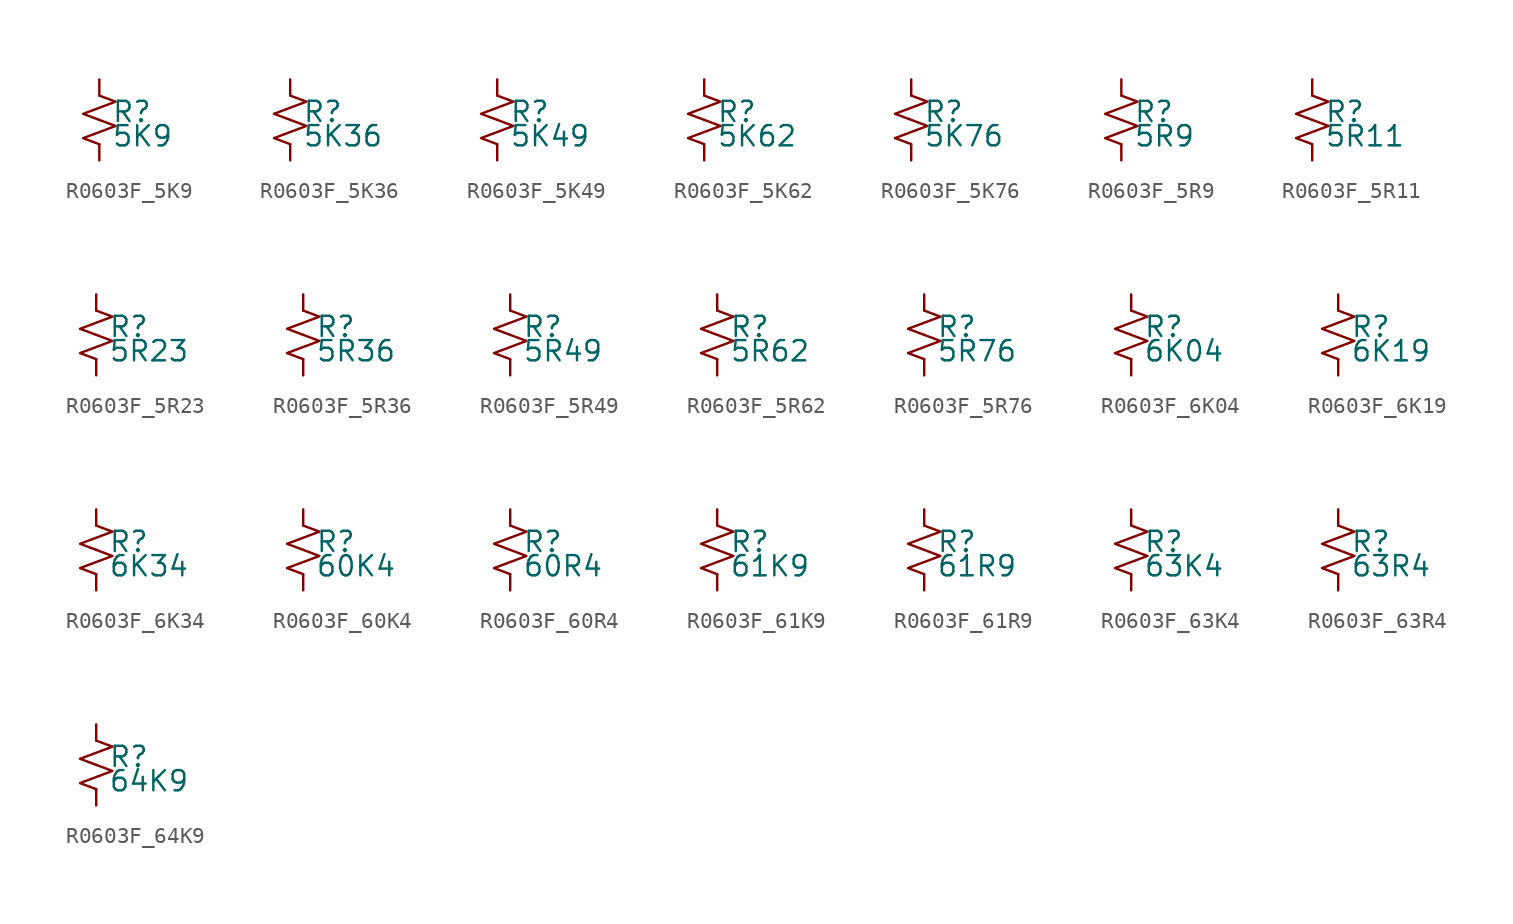
<source format=kicad_sym>
(kicad_symbol_lib
  (version 20220914)
  (generator kicad_symbol_editor)
  (symbol "R0603F_5K9"
    (pin_numbers hide)
    (pin_names
      (offset 0.254) hide)
    (property "Reference" "R"
      (at 0.762 0.508 0)
      (effects (font (size 1.27 1.27)) (justify left)))
    (property "Value" "5K9"
      (at 0.762 -1.016 0)
      (effects (font (size 1.27 1.27)) (justify left)))
    (symbol "R0603F_5K9_1_1"
      (polyline (pts (xy 0 0) (xy 1.016 -0.381) (xy 0 -0.762) (xy -1.016 -1.143) (xy 0 -1.524)) (stroke (width 0) (type default)) (fill (type none)))
      (polyline (pts (xy 0 1.524) (xy 1.016 1.143) (xy 0 0.762) (xy -1.016 0.381) (xy 0 0)) (stroke (width 0) (type default)) (fill (type none)))
      (pin passive line (at 0 2.54 270) (length 1.016) (name "~" (effects (font (size 1.27 1.27)))) (number "1" (effects (font (size 1.27 1.27)))))
      (pin passive line (at 0 -2.54 90) (length 1.016) (name "~" (effects (font (size 1.27 1.27)))) (number "2" (effects (font (size 1.27 1.27)))))))
  (symbol "R0603F_5K36"
    (pin_numbers hide)
    (pin_names
      (offset 0.254) hide)
    (property "Reference" "R"
      (at 0.762 0.508 0)
      (effects (font (size 1.27 1.27)) (justify left)))
    (property "Value" "5K36"
      (at 0.762 -1.016 0)
      (effects (font (size 1.27 1.27)) (justify left)))
    (symbol "R0603F_5K36_1_1"
      (polyline (pts (xy 0 0) (xy 1.016 -0.381) (xy 0 -0.762) (xy -1.016 -1.143) (xy 0 -1.524)) (stroke (width 0) (type default)) (fill (type none)))
      (polyline (pts (xy 0 1.524) (xy 1.016 1.143) (xy 0 0.762) (xy -1.016 0.381) (xy 0 0)) (stroke (width 0) (type default)) (fill (type none)))
      (pin passive line (at 0 2.54 270) (length 1.016) (name "~" (effects (font (size 1.27 1.27)))) (number "1" (effects (font (size 1.27 1.27)))))
      (pin passive line (at 0 -2.54 90) (length 1.016) (name "~" (effects (font (size 1.27 1.27)))) (number "2" (effects (font (size 1.27 1.27)))))))
  (symbol "R0603F_5K49"
    (pin_numbers hide)
    (pin_names
      (offset 0.254) hide)
    (property "Reference" "R"
      (at 0.762 0.508 0)
      (effects (font (size 1.27 1.27)) (justify left)))
    (property "Value" "5K49"
      (at 0.762 -1.016 0)
      (effects (font (size 1.27 1.27)) (justify left)))
    (symbol "R0603F_5K49_1_1"
      (polyline (pts (xy 0 0) (xy 1.016 -0.381) (xy 0 -0.762) (xy -1.016 -1.143) (xy 0 -1.524)) (stroke (width 0) (type default)) (fill (type none)))
      (polyline (pts (xy 0 1.524) (xy 1.016 1.143) (xy 0 0.762) (xy -1.016 0.381) (xy 0 0)) (stroke (width 0) (type default)) (fill (type none)))
      (pin passive line (at 0 2.54 270) (length 1.016) (name "~" (effects (font (size 1.27 1.27)))) (number "1" (effects (font (size 1.27 1.27)))))
      (pin passive line (at 0 -2.54 90) (length 1.016) (name "~" (effects (font (size 1.27 1.27)))) (number "2" (effects (font (size 1.27 1.27)))))))
  (symbol "R0603F_5K62"
    (pin_numbers hide)
    (pin_names
      (offset 0.254) hide)
    (property "Reference" "R"
      (at 0.762 0.508 0)
      (effects (font (size 1.27 1.27)) (justify left)))
    (property "Value" "5K62"
      (at 0.762 -1.016 0)
      (effects (font (size 1.27 1.27)) (justify left)))
    (symbol "R0603F_5K62_1_1"
      (polyline (pts (xy 0 0) (xy 1.016 -0.381) (xy 0 -0.762) (xy -1.016 -1.143) (xy 0 -1.524)) (stroke (width 0) (type default)) (fill (type none)))
      (polyline (pts (xy 0 1.524) (xy 1.016 1.143) (xy 0 0.762) (xy -1.016 0.381) (xy 0 0)) (stroke (width 0) (type default)) (fill (type none)))
      (pin passive line (at 0 2.54 270) (length 1.016) (name "~" (effects (font (size 1.27 1.27)))) (number "1" (effects (font (size 1.27 1.27)))))
      (pin passive line (at 0 -2.54 90) (length 1.016) (name "~" (effects (font (size 1.27 1.27)))) (number "2" (effects (font (size 1.27 1.27)))))))
  (symbol "R0603F_5K76"
    (pin_numbers hide)
    (pin_names
      (offset 0.254) hide)
    (property "Reference" "R"
      (at 0.762 0.508 0)
      (effects (font (size 1.27 1.27)) (justify left)))
    (property "Value" "5K76"
      (at 0.762 -1.016 0)
      (effects (font (size 1.27 1.27)) (justify left)))
    (symbol "R0603F_5K76_1_1"
      (polyline (pts (xy 0 0) (xy 1.016 -0.381) (xy 0 -0.762) (xy -1.016 -1.143) (xy 0 -1.524)) (stroke (width 0) (type default)) (fill (type none)))
      (polyline (pts (xy 0 1.524) (xy 1.016 1.143) (xy 0 0.762) (xy -1.016 0.381) (xy 0 0)) (stroke (width 0) (type default)) (fill (type none)))
      (pin passive line (at 0 2.54 270) (length 1.016) (name "~" (effects (font (size 1.27 1.27)))) (number "1" (effects (font (size 1.27 1.27)))))
      (pin passive line (at 0 -2.54 90) (length 1.016) (name "~" (effects (font (size 1.27 1.27)))) (number "2" (effects (font (size 1.27 1.27)))))))
  (symbol "R0603F_5R9"
    (pin_numbers hide)
    (pin_names
      (offset 0.254) hide)
    (property "Reference" "R"
      (at 0.762 0.508 0)
      (effects (font (size 1.27 1.27)) (justify left)))
    (property "Value" "5R9"
      (at 0.762 -1.016 0)
      (effects (font (size 1.27 1.27)) (justify left)))
    (symbol "R0603F_5R9_1_1"
      (polyline (pts (xy 0 0) (xy 1.016 -0.381) (xy 0 -0.762) (xy -1.016 -1.143) (xy 0 -1.524)) (stroke (width 0) (type default)) (fill (type none)))
      (polyline (pts (xy 0 1.524) (xy 1.016 1.143) (xy 0 0.762) (xy -1.016 0.381) (xy 0 0)) (stroke (width 0) (type default)) (fill (type none)))
      (pin passive line (at 0 2.54 270) (length 1.016) (name "~" (effects (font (size 1.27 1.27)))) (number "1" (effects (font (size 1.27 1.27)))))
      (pin passive line (at 0 -2.54 90) (length 1.016) (name "~" (effects (font (size 1.27 1.27)))) (number "2" (effects (font (size 1.27 1.27)))))))
  (symbol "R0603F_5R11"
    (pin_numbers hide)
    (pin_names
      (offset 0.254) hide)
    (property "Reference" "R"
      (at 0.762 0.508 0)
      (effects (font (size 1.27 1.27)) (justify left)))
    (property "Value" "5R11"
      (at 0.762 -1.016 0)
      (effects (font (size 1.27 1.27)) (justify left)))
    (symbol "R0603F_5R11_1_1"
      (polyline (pts (xy 0 0) (xy 1.016 -0.381) (xy 0 -0.762) (xy -1.016 -1.143) (xy 0 -1.524)) (stroke (width 0) (type default)) (fill (type none)))
      (polyline (pts (xy 0 1.524) (xy 1.016 1.143) (xy 0 0.762) (xy -1.016 0.381) (xy 0 0)) (stroke (width 0) (type default)) (fill (type none)))
      (pin passive line (at 0 2.54 270) (length 1.016) (name "~" (effects (font (size 1.27 1.27)))) (number "1" (effects (font (size 1.27 1.27)))))
      (pin passive line (at 0 -2.54 90) (length 1.016) (name "~" (effects (font (size 1.27 1.27)))) (number "2" (effects (font (size 1.27 1.27)))))))
  (symbol "R0603F_5R23"
    (pin_numbers hide)
    (pin_names
      (offset 0.254) hide)
    (property "Reference" "R"
      (at 0.762 0.508 0)
      (effects (font (size 1.27 1.27)) (justify left)))
    (property "Value" "5R23"
      (at 0.762 -1.016 0)
      (effects (font (size 1.27 1.27)) (justify left)))
    (symbol "R0603F_5R23_1_1"
      (polyline (pts (xy 0 0) (xy 1.016 -0.381) (xy 0 -0.762) (xy -1.016 -1.143) (xy 0 -1.524)) (stroke (width 0) (type default)) (fill (type none)))
      (polyline (pts (xy 0 1.524) (xy 1.016 1.143) (xy 0 0.762) (xy -1.016 0.381) (xy 0 0)) (stroke (width 0) (type default)) (fill (type none)))
      (pin passive line (at 0 2.54 270) (length 1.016) (name "~" (effects (font (size 1.27 1.27)))) (number "1" (effects (font (size 1.27 1.27)))))
      (pin passive line (at 0 -2.54 90) (length 1.016) (name "~" (effects (font (size 1.27 1.27)))) (number "2" (effects (font (size 1.27 1.27)))))))
  (symbol "R0603F_5R36"
    (pin_numbers hide)
    (pin_names
      (offset 0.254) hide)
    (property "Reference" "R"
      (at 0.762 0.508 0)
      (effects (font (size 1.27 1.27)) (justify left)))
    (property "Value" "5R36"
      (at 0.762 -1.016 0)
      (effects (font (size 1.27 1.27)) (justify left)))
    (symbol "R0603F_5R36_1_1"
      (polyline (pts (xy 0 0) (xy 1.016 -0.381) (xy 0 -0.762) (xy -1.016 -1.143) (xy 0 -1.524)) (stroke (width 0) (type default)) (fill (type none)))
      (polyline (pts (xy 0 1.524) (xy 1.016 1.143) (xy 0 0.762) (xy -1.016 0.381) (xy 0 0)) (stroke (width 0) (type default)) (fill (type none)))
      (pin passive line (at 0 2.54 270) (length 1.016) (name "~" (effects (font (size 1.27 1.27)))) (number "1" (effects (font (size 1.27 1.27)))))
      (pin passive line (at 0 -2.54 90) (length 1.016) (name "~" (effects (font (size 1.27 1.27)))) (number "2" (effects (font (size 1.27 1.27)))))))
  (symbol "R0603F_5R49"
    (pin_numbers hide)
    (pin_names
      (offset 0.254) hide)
    (property "Reference" "R"
      (at 0.762 0.508 0)
      (effects (font (size 1.27 1.27)) (justify left)))
    (property "Value" "5R49"
      (at 0.762 -1.016 0)
      (effects (font (size 1.27 1.27)) (justify left)))
    (symbol "R0603F_5R49_1_1"
      (polyline (pts (xy 0 0) (xy 1.016 -0.381) (xy 0 -0.762) (xy -1.016 -1.143) (xy 0 -1.524)) (stroke (width 0) (type default)) (fill (type none)))
      (polyline (pts (xy 0 1.524) (xy 1.016 1.143) (xy 0 0.762) (xy -1.016 0.381) (xy 0 0)) (stroke (width 0) (type default)) (fill (type none)))
      (pin passive line (at 0 2.54 270) (length 1.016) (name "~" (effects (font (size 1.27 1.27)))) (number "1" (effects (font (size 1.27 1.27)))))
      (pin passive line (at 0 -2.54 90) (length 1.016) (name "~" (effects (font (size 1.27 1.27)))) (number "2" (effects (font (size 1.27 1.27)))))))
  (symbol "R0603F_5R62"
    (pin_numbers hide)
    (pin_names
      (offset 0.254) hide)
    (property "Reference" "R"
      (at 0.762 0.508 0)
      (effects (font (size 1.27 1.27)) (justify left)))
    (property "Value" "5R62"
      (at 0.762 -1.016 0)
      (effects (font (size 1.27 1.27)) (justify left)))
    (symbol "R0603F_5R62_1_1"
      (polyline (pts (xy 0 0) (xy 1.016 -0.381) (xy 0 -0.762) (xy -1.016 -1.143) (xy 0 -1.524)) (stroke (width 0) (type default)) (fill (type none)))
      (polyline (pts (xy 0 1.524) (xy 1.016 1.143) (xy 0 0.762) (xy -1.016 0.381) (xy 0 0)) (stroke (width 0) (type default)) (fill (type none)))
      (pin passive line (at 0 2.54 270) (length 1.016) (name "~" (effects (font (size 1.27 1.27)))) (number "1" (effects (font (size 1.27 1.27)))))
      (pin passive line (at 0 -2.54 90) (length 1.016) (name "~" (effects (font (size 1.27 1.27)))) (number "2" (effects (font (size 1.27 1.27)))))))
  (symbol "R0603F_5R76"
    (pin_numbers hide)
    (pin_names
      (offset 0.254) hide)
    (property "Reference" "R"
      (at 0.762 0.508 0)
      (effects (font (size 1.27 1.27)) (justify left)))
    (property "Value" "5R76"
      (at 0.762 -1.016 0)
      (effects (font (size 1.27 1.27)) (justify left)))
    (symbol "R0603F_5R76_1_1"
      (polyline (pts (xy 0 0) (xy 1.016 -0.381) (xy 0 -0.762) (xy -1.016 -1.143) (xy 0 -1.524)) (stroke (width 0) (type default)) (fill (type none)))
      (polyline (pts (xy 0 1.524) (xy 1.016 1.143) (xy 0 0.762) (xy -1.016 0.381) (xy 0 0)) (stroke (width 0) (type default)) (fill (type none)))
      (pin passive line (at 0 2.54 270) (length 1.016) (name "~" (effects (font (size 1.27 1.27)))) (number "1" (effects (font (size 1.27 1.27)))))
      (pin passive line (at 0 -2.54 90) (length 1.016) (name "~" (effects (font (size 1.27 1.27)))) (number "2" (effects (font (size 1.27 1.27)))))))
  (symbol "R0603F_6K04"
    (pin_numbers hide)
    (pin_names
      (offset 0.254) hide)
    (property "Reference" "R"
      (at 0.762 0.508 0)
      (effects (font (size 1.27 1.27)) (justify left)))
    (property "Value" "6K04"
      (at 0.762 -1.016 0)
      (effects (font (size 1.27 1.27)) (justify left)))
    (symbol "R0603F_6K04_1_1"
      (polyline (pts (xy 0 0) (xy 1.016 -0.381) (xy 0 -0.762) (xy -1.016 -1.143) (xy 0 -1.524)) (stroke (width 0) (type default)) (fill (type none)))
      (polyline (pts (xy 0 1.524) (xy 1.016 1.143) (xy 0 0.762) (xy -1.016 0.381) (xy 0 0)) (stroke (width 0) (type default)) (fill (type none)))
      (pin passive line (at 0 2.54 270) (length 1.016) (name "~" (effects (font (size 1.27 1.27)))) (number "1" (effects (font (size 1.27 1.27)))))
      (pin passive line (at 0 -2.54 90) (length 1.016) (name "~" (effects (font (size 1.27 1.27)))) (number "2" (effects (font (size 1.27 1.27)))))))
  (symbol "R0603F_6K19"
    (pin_numbers hide)
    (pin_names
      (offset 0.254) hide)
    (property "Reference" "R"
      (at 0.762 0.508 0)
      (effects (font (size 1.27 1.27)) (justify left)))
    (property "Value" "6K19"
      (at 0.762 -1.016 0)
      (effects (font (size 1.27 1.27)) (justify left)))
    (symbol "R0603F_6K19_1_1"
      (polyline (pts (xy 0 0) (xy 1.016 -0.381) (xy 0 -0.762) (xy -1.016 -1.143) (xy 0 -1.524)) (stroke (width 0) (type default)) (fill (type none)))
      (polyline (pts (xy 0 1.524) (xy 1.016 1.143) (xy 0 0.762) (xy -1.016 0.381) (xy 0 0)) (stroke (width 0) (type default)) (fill (type none)))
      (pin passive line (at 0 2.54 270) (length 1.016) (name "~" (effects (font (size 1.27 1.27)))) (number "1" (effects (font (size 1.27 1.27)))))
      (pin passive line (at 0 -2.54 90) (length 1.016) (name "~" (effects (font (size 1.27 1.27)))) (number "2" (effects (font (size 1.27 1.27)))))))
  (symbol "R0603F_6K34"
    (pin_numbers hide)
    (pin_names
      (offset 0.254) hide)
    (property "Reference" "R"
      (at 0.762 0.508 0)
      (effects (font (size 1.27 1.27)) (justify left)))
    (property "Value" "6K34"
      (at 0.762 -1.016 0)
      (effects (font (size 1.27 1.27)) (justify left)))
    (symbol "R0603F_6K34_1_1"
      (polyline (pts (xy 0 0) (xy 1.016 -0.381) (xy 0 -0.762) (xy -1.016 -1.143) (xy 0 -1.524)) (stroke (width 0) (type default)) (fill (type none)))
      (polyline (pts (xy 0 1.524) (xy 1.016 1.143) (xy 0 0.762) (xy -1.016 0.381) (xy 0 0)) (stroke (width 0) (type default)) (fill (type none)))
      (pin passive line (at 0 2.54 270) (length 1.016) (name "~" (effects (font (size 1.27 1.27)))) (number "1" (effects (font (size 1.27 1.27)))))
      (pin passive line (at 0 -2.54 90) (length 1.016) (name "~" (effects (font (size 1.27 1.27)))) (number "2" (effects (font (size 1.27 1.27)))))))
  (symbol "R0603F_60K4"
    (pin_numbers hide)
    (pin_names
      (offset 0.254) hide)
    (property "Reference" "R"
      (at 0.762 0.508 0)
      (effects (font (size 1.27 1.27)) (justify left)))
    (property "Value" "60K4"
      (at 0.762 -1.016 0)
      (effects (font (size 1.27 1.27)) (justify left)))
    (symbol "R0603F_60K4_1_1"
      (polyline (pts (xy 0 0) (xy 1.016 -0.381) (xy 0 -0.762) (xy -1.016 -1.143) (xy 0 -1.524)) (stroke (width 0) (type default)) (fill (type none)))
      (polyline (pts (xy 0 1.524) (xy 1.016 1.143) (xy 0 0.762) (xy -1.016 0.381) (xy 0 0)) (stroke (width 0) (type default)) (fill (type none)))
      (pin passive line (at 0 2.54 270) (length 1.016) (name "~" (effects (font (size 1.27 1.27)))) (number "1" (effects (font (size 1.27 1.27)))))
      (pin passive line (at 0 -2.54 90) (length 1.016) (name "~" (effects (font (size 1.27 1.27)))) (number "2" (effects (font (size 1.27 1.27)))))))
  (symbol "R0603F_60R4"
    (pin_numbers hide)
    (pin_names
      (offset 0.254) hide)
    (property "Reference" "R"
      (at 0.762 0.508 0)
      (effects (font (size 1.27 1.27)) (justify left)))
    (property "Value" "60R4"
      (at 0.762 -1.016 0)
      (effects (font (size 1.27 1.27)) (justify left)))
    (symbol "R0603F_60R4_1_1"
      (polyline (pts (xy 0 0) (xy 1.016 -0.381) (xy 0 -0.762) (xy -1.016 -1.143) (xy 0 -1.524)) (stroke (width 0) (type default)) (fill (type none)))
      (polyline (pts (xy 0 1.524) (xy 1.016 1.143) (xy 0 0.762) (xy -1.016 0.381) (xy 0 0)) (stroke (width 0) (type default)) (fill (type none)))
      (pin passive line (at 0 2.54 270) (length 1.016) (name "~" (effects (font (size 1.27 1.27)))) (number "1" (effects (font (size 1.27 1.27)))))
      (pin passive line (at 0 -2.54 90) (length 1.016) (name "~" (effects (font (size 1.27 1.27)))) (number "2" (effects (font (size 1.27 1.27)))))))
  (symbol "R0603F_61K9"
    (pin_numbers hide)
    (pin_names
      (offset 0.254) hide)
    (property "Reference" "R"
      (at 0.762 0.508 0)
      (effects (font (size 1.27 1.27)) (justify left)))
    (property "Value" "61K9"
      (at 0.762 -1.016 0)
      (effects (font (size 1.27 1.27)) (justify left)))
    (symbol "R0603F_61K9_1_1"
      (polyline (pts (xy 0 0) (xy 1.016 -0.381) (xy 0 -0.762) (xy -1.016 -1.143) (xy 0 -1.524)) (stroke (width 0) (type default)) (fill (type none)))
      (polyline (pts (xy 0 1.524) (xy 1.016 1.143) (xy 0 0.762) (xy -1.016 0.381) (xy 0 0)) (stroke (width 0) (type default)) (fill (type none)))
      (pin passive line (at 0 2.54 270) (length 1.016) (name "~" (effects (font (size 1.27 1.27)))) (number "1" (effects (font (size 1.27 1.27)))))
      (pin passive line (at 0 -2.54 90) (length 1.016) (name "~" (effects (font (size 1.27 1.27)))) (number "2" (effects (font (size 1.27 1.27)))))))
  (symbol "R0603F_61R9"
    (pin_numbers hide)
    (pin_names
      (offset 0.254) hide)
    (property "Reference" "R"
      (at 0.762 0.508 0)
      (effects (font (size 1.27 1.27)) (justify left)))
    (property "Value" "61R9"
      (at 0.762 -1.016 0)
      (effects (font (size 1.27 1.27)) (justify left)))
    (symbol "R0603F_61R9_1_1"
      (polyline (pts (xy 0 0) (xy 1.016 -0.381) (xy 0 -0.762) (xy -1.016 -1.143) (xy 0 -1.524)) (stroke (width 0) (type default)) (fill (type none)))
      (polyline (pts (xy 0 1.524) (xy 1.016 1.143) (xy 0 0.762) (xy -1.016 0.381) (xy 0 0)) (stroke (width 0) (type default)) (fill (type none)))
      (pin passive line (at 0 2.54 270) (length 1.016) (name "~" (effects (font (size 1.27 1.27)))) (number "1" (effects (font (size 1.27 1.27)))))
      (pin passive line (at 0 -2.54 90) (length 1.016) (name "~" (effects (font (size 1.27 1.27)))) (number "2" (effects (font (size 1.27 1.27)))))))
  (symbol "R0603F_63K4"
    (pin_numbers hide)
    (pin_names
      (offset 0.254) hide)
    (property "Reference" "R"
      (at 0.762 0.508 0)
      (effects (font (size 1.27 1.27)) (justify left)))
    (property "Value" "63K4"
      (at 0.762 -1.016 0)
      (effects (font (size 1.27 1.27)) (justify left)))
    (symbol "R0603F_63K4_1_1"
      (polyline (pts (xy 0 0) (xy 1.016 -0.381) (xy 0 -0.762) (xy -1.016 -1.143) (xy 0 -1.524)) (stroke (width 0) (type default)) (fill (type none)))
      (polyline (pts (xy 0 1.524) (xy 1.016 1.143) (xy 0 0.762) (xy -1.016 0.381) (xy 0 0)) (stroke (width 0) (type default)) (fill (type none)))
      (pin passive line (at 0 2.54 270) (length 1.016) (name "~" (effects (font (size 1.27 1.27)))) (number "1" (effects (font (size 1.27 1.27)))))
      (pin passive line (at 0 -2.54 90) (length 1.016) (name "~" (effects (font (size 1.27 1.27)))) (number "2" (effects (font (size 1.27 1.27)))))))
  (symbol "R0603F_63R4"
    (pin_numbers hide)
    (pin_names
      (offset 0.254) hide)
    (property "Reference" "R"
      (at 0.762 0.508 0)
      (effects (font (size 1.27 1.27)) (justify left)))
    (property "Value" "63R4"
      (at 0.762 -1.016 0)
      (effects (font (size 1.27 1.27)) (justify left)))
    (symbol "R0603F_63R4_1_1"
      (polyline (pts (xy 0 0) (xy 1.016 -0.381) (xy 0 -0.762) (xy -1.016 -1.143) (xy 0 -1.524)) (stroke (width 0) (type default)) (fill (type none)))
      (polyline (pts (xy 0 1.524) (xy 1.016 1.143) (xy 0 0.762) (xy -1.016 0.381) (xy 0 0)) (stroke (width 0) (type default)) (fill (type none)))
      (pin passive line (at 0 2.54 270) (length 1.016) (name "~" (effects (font (size 1.27 1.27)))) (number "1" (effects (font (size 1.27 1.27)))))
      (pin passive line (at 0 -2.54 90) (length 1.016) (name "~" (effects (font (size 1.27 1.27)))) (number "2" (effects (font (size 1.27 1.27)))))))
  (symbol "R0603F_64K9"
    (pin_numbers hide)
    (pin_names
      (offset 0.254) hide)
    (property "Reference" "R"
      (at 0.762 0.508 0)
      (effects (font (size 1.27 1.27)) (justify left)))
    (property "Value" "64K9"
      (at 0.762 -1.016 0)
      (effects (font (size 1.27 1.27)) (justify left)))
    (symbol "R0603F_64K9_1_1"
      (polyline (pts (xy 0 0) (xy 1.016 -0.381) (xy 0 -0.762) (xy -1.016 -1.143) (xy 0 -1.524)) (stroke (width 0) (type default)) (fill (type none)))
      (polyline (pts (xy 0 1.524) (xy 1.016 1.143) (xy 0 0.762) (xy -1.016 0.381) (xy 0 0)) (stroke (width 0) (type default)) (fill (type none)))
      (pin passive line (at 0 2.54 270) (length 1.016) (name "~" (effects (font (size 1.27 1.27)))) (number "1" (effects (font (size 1.27 1.27)))))
      (pin passive line (at 0 -2.54 90) (length 1.016) (name "~" (effects (font (size 1.27 1.27)))) (number "2" (effects (font (size 1.27 1.27))))))))
</source>
